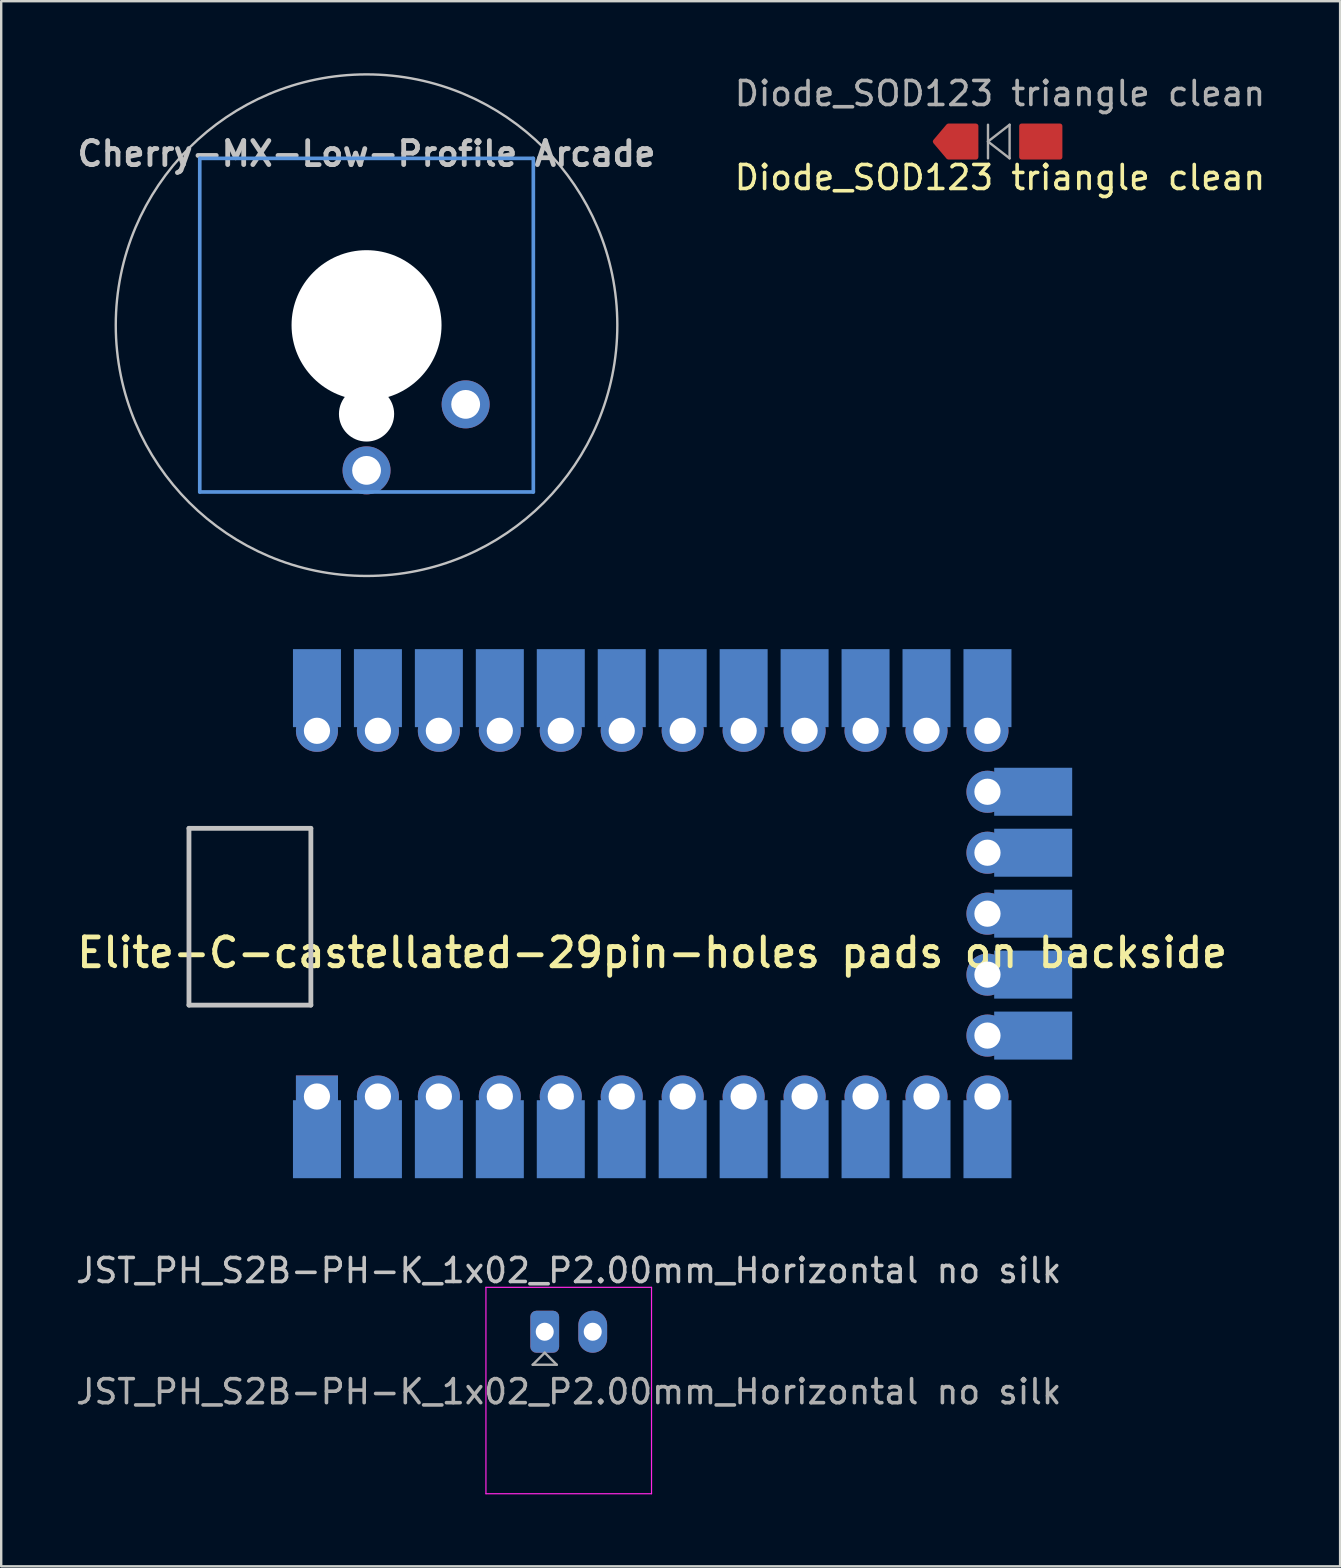
<source format=kicad_pcb>
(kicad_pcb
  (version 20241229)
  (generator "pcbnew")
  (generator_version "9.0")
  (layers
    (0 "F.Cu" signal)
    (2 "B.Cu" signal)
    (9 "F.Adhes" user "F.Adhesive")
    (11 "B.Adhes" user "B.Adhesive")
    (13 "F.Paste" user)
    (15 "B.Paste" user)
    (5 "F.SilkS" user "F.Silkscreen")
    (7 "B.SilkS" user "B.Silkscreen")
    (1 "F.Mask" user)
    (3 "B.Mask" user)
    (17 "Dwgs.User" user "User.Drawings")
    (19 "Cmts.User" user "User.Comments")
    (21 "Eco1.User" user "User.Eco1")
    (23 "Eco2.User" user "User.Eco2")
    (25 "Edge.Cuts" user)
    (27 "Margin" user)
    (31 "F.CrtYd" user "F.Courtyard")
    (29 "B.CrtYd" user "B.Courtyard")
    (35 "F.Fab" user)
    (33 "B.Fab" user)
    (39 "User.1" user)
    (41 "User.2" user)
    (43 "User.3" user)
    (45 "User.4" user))
  (footprint "Elite-C-castellated-29pin-holes pads on backside"
    (layer "F.Cu")
    (at 24.128 35.023)
    (property "Reference" "Elite-C-castellated-29pin-holes pads on backside" (at 0 1.625 180) (layer "F.SilkS") (effects (font (size 1.2 1.2) (thickness 0.203))))
    (attr through_hole)
    (fp_line (start -19.304 -3.556) (end -14.224 -3.556) (stroke (width 0.2) (type solid)) (layer "Dwgs.User"))
    (fp_line (start -19.304 3.81) (end -19.304 -3.556) (stroke (width 0.2) (type solid)) (layer "Dwgs.User"))
    (fp_line (start -14.224 -3.556) (end -14.224 3.81) (stroke (width 0.2) (type solid)) (layer "Dwgs.User"))
    (fp_line (start -14.224 3.81) (end -19.304 3.81) (stroke (width 0.2) (type solid)) (layer "Dwgs.User"))
    (pad "1" thru_hole rect (at -13.97 7.62) (size 1.753 1.753) (drill 1.092) (layers "*.Cu" "*.Mask"))
    (pad "1" smd rect (at -13.97 9.398) (size 2 3.25) (layers "B.Cu" "B.Mask" "B.Paste"))
    (pad "2" thru_hole circle (at -11.43 7.62) (size 1.753 1.753) (drill 1.092) (layers "*.Cu" "*.Mask"))
    (pad "2" smd rect (at -11.43 9.398) (size 2 3.25) (layers "B.Cu" "B.Mask" "B.Paste"))
    (pad "3" thru_hole circle (at -8.89 7.62) (size 1.753 1.753) (drill 1.092) (layers "*.Cu" "*.Mask"))
    (pad "3" smd rect (at -8.89 9.398) (size 2 3.25) (layers "B.Cu" "B.Mask" "B.Paste"))
    (pad "4" thru_hole circle (at -6.35 7.62) (size 1.753 1.753) (drill 1.092) (layers "*.Cu" "*.Mask"))
    (pad "4" smd rect (at -6.35 9.398) (size 2 3.25) (layers "B.Cu" "B.Mask" "B.Paste"))
    (pad "5" thru_hole circle (at -3.81 7.62) (size 1.753 1.753) (drill 1.092) (layers "*.Cu" "*.Mask"))
    (pad "5" smd rect (at -3.81 9.398) (size 2 3.25) (layers "B.Cu" "B.Mask" "B.Paste"))
    (pad "6" thru_hole circle (at -1.27 7.62) (size 1.753 1.753) (drill 1.092) (layers "*.Cu" "*.Mask"))
    (pad "6" smd rect (at -1.27 9.398) (size 2 3.25) (layers "B.Cu" "B.Mask" "B.Paste"))
    (pad "7" thru_hole circle (at 1.27 7.62) (size 1.753 1.753) (drill 1.092) (layers "*.Cu" "*.Mask"))
    (pad "7" smd rect (at 1.27 9.398) (size 2 3.25) (layers "B.Cu" "B.Mask" "B.Paste"))
    (pad "8" thru_hole circle (at 3.81 7.62) (size 1.753 1.753) (drill 1.092) (layers "*.Cu" "*.Mask"))
    (pad "8" smd rect (at 3.81 9.398) (size 2 3.25) (layers "B.Cu" "B.Mask" "B.Paste"))
    (pad "9" thru_hole circle (at 6.35 7.62) (size 1.753 1.753) (drill 1.092) (layers "*.Cu" "*.Mask"))
    (pad "9" smd rect (at 6.35 9.398) (size 2 3.25) (layers "B.Cu" "B.Mask" "B.Paste"))
    (pad "10" thru_hole circle (at 8.89 7.62) (size 1.753 1.753) (drill 1.092) (layers "*.Cu" "*.Mask"))
    (pad "10" smd rect (at 8.89 9.398) (size 2 3.25) (layers "B.Cu" "B.Mask" "B.Paste"))
    (pad "11" thru_hole circle (at 11.43 7.62) (size 1.753 1.753) (drill 1.092) (layers "*.Cu" "*.Mask"))
    (pad "11" smd rect (at 11.43 9.398) (size 2 3.25) (layers "B.Cu" "B.Mask" "B.Paste"))
    (pad "12" thru_hole circle (at 13.97 7.62) (size 1.753 1.753) (drill 1.092) (layers "*.Cu" "*.Mask"))
    (pad "12" smd rect (at 13.97 9.398) (size 2 3.25) (layers "B.Cu" "B.Mask" "B.Paste"))
    (pad "13" smd rect (at 13.97 -9.398) (size 2 3.25) (layers "B.Cu" "B.Mask" "B.Paste"))
    (pad "13" thru_hole circle (at 13.97 -7.62) (size 1.753 1.753) (drill 1.092) (layers "*.Cu" "*.Mask"))
    (pad "14" smd rect (at 11.43 -9.398) (size 2 3.25) (layers "B.Cu" "B.Mask" "B.Paste"))
    (pad "14" thru_hole circle (at 11.43 -7.62) (size 1.753 1.753) (drill 1.092) (layers "*.Cu" "*.Mask"))
    (pad "15" smd rect (at 8.89 -9.398) (size 2 3.25) (layers "B.Cu" "B.Mask" "B.Paste"))
    (pad "15" thru_hole circle (at 8.89 -7.62) (size 1.753 1.753) (drill 1.092) (layers "*.Cu" "*.Mask"))
    (pad "16" smd rect (at 6.35 -9.398) (size 2 3.25) (layers "B.Cu" "B.Mask" "B.Paste"))
    (pad "16" thru_hole circle (at 6.35 -7.62) (size 1.753 1.753) (drill 1.092) (layers "*.Cu" "*.Mask"))
    (pad "17" smd rect (at 3.81 -9.398) (size 2 3.25) (layers "B.Cu" "B.Mask" "B.Paste"))
    (pad "17" thru_hole circle (at 3.81 -7.62) (size 1.753 1.753) (drill 1.092) (layers "*.Cu" "*.Mask"))
    (pad "18" smd rect (at 1.27 -9.398) (size 2 3.25) (layers "B.Cu" "B.Mask" "B.Paste"))
    (pad "18" thru_hole circle (at 1.27 -7.62) (size 1.753 1.753) (drill 1.092) (layers "*.Cu" "*.Mask"))
    (pad "19" smd rect (at -1.27 -9.398) (size 2 3.25) (layers "B.Cu" "B.Mask" "B.Paste"))
    (pad "19" thru_hole circle (at -1.27 -7.62) (size 1.753 1.753) (drill 1.092) (layers "*.Cu" "*.Mask"))
    (pad "20" smd rect (at -3.81 -9.398) (size 2 3.25) (layers "B.Cu" "B.Mask" "B.Paste"))
    (pad "20" thru_hole circle (at -3.81 -7.62) (size 1.753 1.753) (drill 1.092) (layers "*.Cu" "*.Mask"))
    (pad "21" smd rect (at -6.35 -9.398) (size 2 3.25) (layers "B.Cu" "B.Mask" "B.Paste"))
    (pad "21" thru_hole circle (at -6.35 -7.62) (size 1.753 1.753) (drill 1.092) (layers "*.Cu" "*.Mask"))
    (pad "22" smd rect (at -8.89 -9.398) (size 2 3.25) (layers "B.Cu" "B.Mask" "B.Paste"))
    (pad "22" thru_hole circle (at -8.89 -7.62) (size 1.753 1.753) (drill 1.092) (layers "*.Cu" "*.Mask"))
    (pad "23" smd rect (at -11.43 -9.398) (size 2 3.25) (layers "B.Cu" "B.Mask" "B.Paste"))
    (pad "23" thru_hole circle (at -11.43 -7.62) (size 1.753 1.753) (drill 1.092) (layers "*.Cu" "*.Mask"))
    (pad "24" smd rect (at -13.97 -9.398) (size 2 3.25) (layers "B.Cu" "B.Mask" "B.Paste"))
    (pad "24" thru_hole circle (at -13.97 -7.62) (size 1.753 1.753) (drill 1.092) (layers "*.Cu" "*.Mask"))
    (pad "25" thru_hole circle (at 13.97 5.08) (size 1.753 1.753) (drill 1.092) (layers "*.Cu" "*.Mask"))
    (pad "25" smd rect (at 15.875 5.08 90) (size 2 3.25) (layers "B.Cu" "B.Mask" "B.Paste"))
    (pad "26" thru_hole circle (at 13.97 2.54) (size 1.753 1.753) (drill 1.092) (layers "*.Cu" "*.Mask"))
    (pad "26" smd rect (at 15.875 2.54 90) (size 2 3.25) (layers "B.Cu" "B.Mask" "B.Paste"))
    (pad "27" thru_hole circle (at 13.97 0) (size 1.753 1.753) (drill 1.092) (layers "*.Cu" "*.Mask"))
    (pad "27" smd rect (at 15.875 0 90) (size 2 3.25) (layers "B.Cu" "B.Mask" "B.Paste"))
    (pad "28" thru_hole circle (at 13.97 -2.54) (size 1.753 1.753) (drill 1.092) (layers "*.Cu" "*.Mask"))
    (pad "28" smd rect (at 15.875 -2.54 90) (size 2 3.25) (layers "B.Cu" "B.Mask" "B.Paste"))
    (pad "29" thru_hole circle (at 13.97 -5.08) (size 1.753 1.753) (drill 1.092) (layers "*.Cu" "*.Mask"))
    (pad "29" smd rect (at 15.875 -5.08 90) (size 2 3.25) (layers "B.Cu" "B.Mask" "B.Paste")))
  (footprint "Diode_SOD123 triangle clean"
    (placed yes)
    (layer "F.Cu")
    (at 38.62 2.848)
    (property "Reference" "Diode_SOD123 triangle clean" (at -0.000002 1.5 0) (layer "F.SilkS") (effects (font (size 1 1) (thickness 0.15))))
    (attr through_hole)
    (fp_line (start -0.5 -0.7) (end -0.5 0.7) (stroke (width 0.1) (type solid)) (layer "F.Fab"))
    (fp_line (start -0.5 0) (end 0.4 -0.7) (stroke (width 0.1) (type solid)) (layer "F.Fab"))
    (fp_line (start 0.4 -0.7) (end 0.4 0.7) (stroke (width 0.1) (type solid)) (layer "F.Fab"))
    (fp_line (start 0.4 0.7) (end -0.5 0) (stroke (width 0.1) (type solid)) (layer "F.Fab"))
    (fp_text user "${REFERENCE}" (at 0 -2 0) (layer "F.Fab") (effects (font (size 1 1) (thickness 0.15))))
    (pad "1" smd custom (at -1.45 0 0.2) (size 0.8 0.9) (layers "F.Cu" "F.Mask" "F.Paste") (options (anchor rect)) (primitives (gr_poly (pts (xy 0.448 0.652) (xy -0.702 0.648) (xy -1.25 -0.004) (xy -0.698 -0.652) (xy 0.452 -0.648)) (width 0.2) (fill yes))))
    (pad "2" smd roundrect (at 1.7 0) (size 1.8 1.5) (layers "F.Cu" "F.Mask" "F.Paste") (roundrect_rratio 0.067)))
  (footprint "Cherry-MX-Low-Profile Arcade"
    (layer "F.Cu")
    (at 12.224 10.5)
    (property "Reference" "Cherry-MX-Low-Profile Arcade" (at 0 -7.144 180) (layer "Dwgs.User") (effects (font (size 1 1) (thickness 0.2))))
    (attr through_hole)
    (fp_circle (center 0 0) (end 10.45 0) (stroke (width 0.1) (type default)) (fill no) (layer "Dwgs.User"))
    (fp_line (start -6.95 -6.95) (end 6.95 -6.95) (stroke (width 0.152) (type solid)) (layer "Cmts.User"))
    (fp_line (start -6.95 6.95) (end -6.95 -6.95) (stroke (width 0.152) (type solid)) (layer "Cmts.User"))
    (fp_line (start 6.95 -6.95) (end 6.95 6.95) (stroke (width 0.152) (type solid)) (layer "Cmts.User"))
    (fp_line (start 6.95 6.95) (end -6.95 6.95) (stroke (width 0.152) (type solid)) (layer "Cmts.User"))
    (fp_line (start -7.5 -7.5) (end 7.5 -7.5) (stroke (width 0.152) (type solid)) (layer "Eco2.User"))
    (fp_line (start -7.5 7.5) (end -7.5 -7.5) (stroke (width 0.152) (type solid)) (layer "Eco2.User"))
    (fp_line (start 7.5 -7.5) (end 7.5 7.5) (stroke (width 0.152) (type solid)) (layer "Eco2.User"))
    (fp_line (start 7.5 7.5) (end -7.5 7.5) (stroke (width 0.152) (type solid)) (layer "Eco2.User"))
    (pad "" np_thru_hole circle (at 0 0 180) (size 6.25 6.25) (drill 6.25) (layers "*.Cu" "*.Mask"))
    (pad "" np_thru_hole circle (at 0 3.7 180) (size 2.3 2.3) (drill 2.3) (layers "*.Cu" "*.Mask"))
    (pad "1" thru_hole circle (at 0 6.05 180) (size 2 2) (drill 1.2) (layers "*.Cu" "*.Mask"))
    (pad "2" thru_hole circle (at 4.13 3.3 41.9) (size 2 2) (drill 1.2) (layers "*.Cu" "*.Mask")))
  (footprint "JST_PH_S2B-PH-K_1x02_P2.00mm_Horizontal no silk"
    (layer "F.Cu")
    (at 19.649 52.444)
    (property "Reference" "JST_PH_S2B-PH-K_1x02_P2.00mm_Horizontal no silk" (at 1 -2.55 0) (layer "Dwgs.User") (effects (font (size 1 1) (thickness 0.15))))
    (attr through_hole)
    (fp_line (start -2.45 -1.85) (end -2.45 6.75) (stroke (width 0.05) (type solid)) (layer "F.CrtYd"))
    (fp_line (start -2.45 6.75) (end 4.45 6.75) (stroke (width 0.05) (type solid)) (layer "F.CrtYd"))
    (fp_line (start 4.45 -1.85) (end -2.45 -1.85) (stroke (width 0.05) (type solid)) (layer "F.CrtYd"))
    (fp_line (start 4.45 6.75) (end 4.45 -1.85) (stroke (width 0.05) (type solid)) (layer "F.CrtYd"))
    (fp_line (start -0.5 1.375) (end 0.5 1.375) (stroke (width 0.1) (type solid)) (layer "F.Fab"))
    (fp_line (start 0 0.875) (end -0.5 1.375) (stroke (width 0.1) (type solid)) (layer "F.Fab"))
    (fp_line (start 0.5 1.375) (end 0 0.875) (stroke (width 0.1) (type solid)) (layer "F.Fab"))
    (fp_text user "${REFERENCE}" (at 1 2.5 0) (layer "F.Fab") (effects (font (size 1 1) (thickness 0.15))))
    (pad "1" thru_hole roundrect (at 0 0) (size 1.2 1.75) (drill 0.75) (layers "*.Cu" "*.Mask") (roundrect_rratio 0.208))
    (pad "2" thru_hole oval (at 2 0) (size 1.2 1.75) (drill 0.75) (layers "*.Cu" "*.Mask")))
  (gr_rect
    (start -3 -3)
    (end 52.793 62.219)
    (stroke (width 0.1) (type default))
    (fill no)
    (layer "Edge.Cuts")))
</source>
